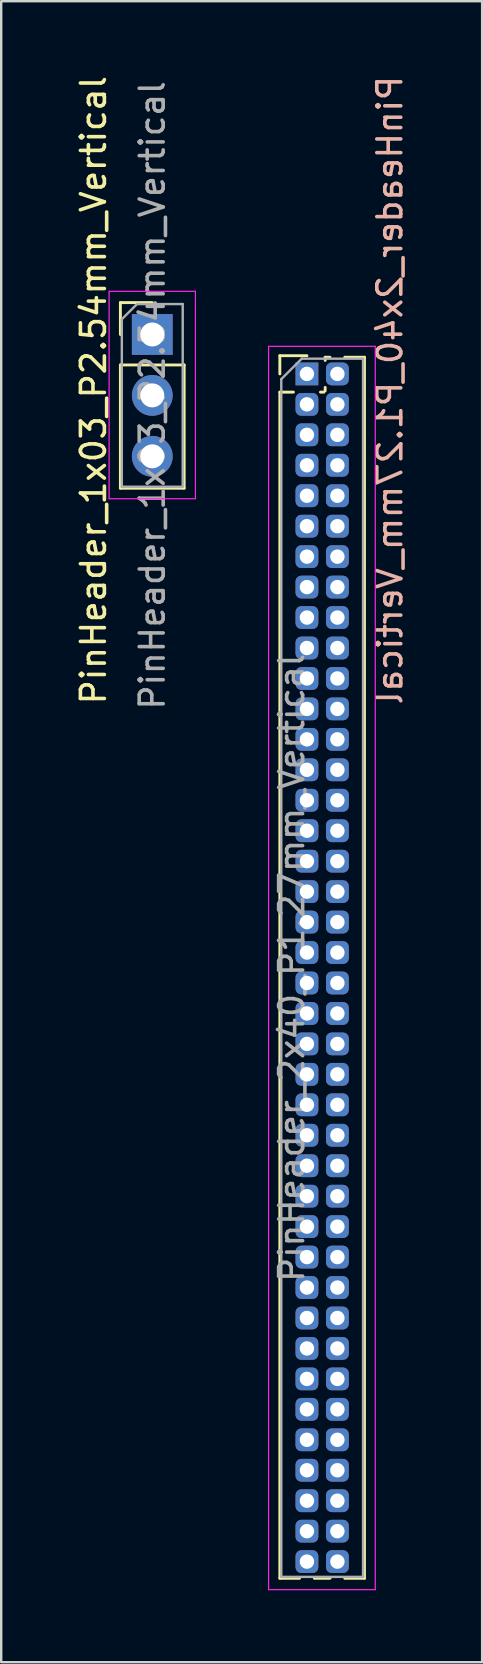
<source format=kicad_pcb>
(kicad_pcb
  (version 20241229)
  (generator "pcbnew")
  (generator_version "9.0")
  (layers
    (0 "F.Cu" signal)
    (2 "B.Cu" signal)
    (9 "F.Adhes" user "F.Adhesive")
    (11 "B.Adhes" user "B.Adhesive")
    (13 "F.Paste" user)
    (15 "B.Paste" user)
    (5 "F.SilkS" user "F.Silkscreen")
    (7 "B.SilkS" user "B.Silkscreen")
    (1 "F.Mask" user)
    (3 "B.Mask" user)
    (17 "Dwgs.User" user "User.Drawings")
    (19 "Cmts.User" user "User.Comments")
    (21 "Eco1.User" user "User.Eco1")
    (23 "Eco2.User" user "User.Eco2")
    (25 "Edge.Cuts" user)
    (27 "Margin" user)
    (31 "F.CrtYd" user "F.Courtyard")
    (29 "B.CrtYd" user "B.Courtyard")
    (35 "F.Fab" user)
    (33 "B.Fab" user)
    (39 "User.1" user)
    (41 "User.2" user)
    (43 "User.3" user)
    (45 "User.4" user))
  (footprint "PinHeader_1x03_P2.54mm_Vertical"
    (layer "F.Cu")
    (at 3.3 10.899)
    (property "Reference" "PinHeader_1x03_P2.54mm_Vertical" (at -2.452 2.322 90) (layer "F.SilkS") (effects (font (size 1 1) (thickness 0.15))))
    (attr through_hole)
    (fp_line (start -1.33 -1.33) (end 0 -1.33) (stroke (width 0.12) (type solid)) (layer "F.SilkS"))
    (fp_line (start -1.33 0) (end -1.33 -1.33) (stroke (width 0.12) (type solid)) (layer "F.SilkS"))
    (fp_line (start -1.33 1.27) (end -1.33 6.41) (stroke (width 0.12) (type solid)) (layer "F.SilkS"))
    (fp_line (start -1.33 1.27) (end 1.33 1.27) (stroke (width 0.12) (type solid)) (layer "F.SilkS"))
    (fp_line (start -1.33 6.41) (end 1.33 6.41) (stroke (width 0.12) (type solid)) (layer "F.SilkS"))
    (fp_line (start 1.33 1.27) (end 1.33 6.41) (stroke (width 0.12) (type solid)) (layer "F.SilkS"))
    (fp_line (start -1.8 -1.8) (end -1.8 6.85) (stroke (width 0.05) (type solid)) (layer "F.CrtYd"))
    (fp_line (start -1.8 6.85) (end 1.8 6.85) (stroke (width 0.05) (type solid)) (layer "F.CrtYd"))
    (fp_line (start 1.8 -1.8) (end -1.8 -1.8) (stroke (width 0.05) (type solid)) (layer "F.CrtYd"))
    (fp_line (start 1.8 6.85) (end 1.8 -1.8) (stroke (width 0.05) (type solid)) (layer "F.CrtYd"))
    (fp_line (start -1.27 -0.635) (end -0.635 -1.27) (stroke (width 0.1) (type solid)) (layer "F.Fab"))
    (fp_line (start -1.27 6.35) (end -1.27 -0.635) (stroke (width 0.1) (type solid)) (layer "F.Fab"))
    (fp_line (start -0.635 -1.27) (end 1.27 -1.27) (stroke (width 0.1) (type solid)) (layer "F.Fab"))
    (fp_line (start 1.27 -1.27) (end 1.27 6.35) (stroke (width 0.1) (type solid)) (layer "F.Fab"))
    (fp_line (start 1.27 6.35) (end -1.27 6.35) (stroke (width 0.1) (type solid)) (layer "F.Fab"))
    (fp_text user "${REFERENCE}" (at 0 2.54 270) (layer "F.Fab") (effects (font (size 1 1) (thickness 0.15))))
    (pad "1" thru_hole rect (at 0 0) (size 1.7 1.7) (drill 1) (layers "*.Cu" "*.Mask"))
    (pad "2" thru_hole oval (at 0 2.54) (size 1.7 1.7) (drill 1) (layers "*.Cu" "*.Mask"))
    (pad "3" thru_hole oval (at 0 5.08) (size 1.7 1.7) (drill 1) (layers "*.Cu" "*.Mask")))
  (footprint "PinHeader_2x40_P1.27mm_Vertical"
    (layer "F.Cu")
    (at 9.75 12.543)
    (property "Reference" "PinHeader_2x40_P1.27mm_Vertical" (at 3.458 0.677 90) (layer "B.SilkS") (effects (font (size 1 1) (thickness 0.15)) (justify mirror)))
    (attr through_hole allow_soldermask_bridges)
    (fp_line (start -1.13 -0.76) (end 0 -0.76) (stroke (width 0.12) (type solid)) (layer "F.SilkS"))
    (fp_line (start -1.13 0) (end -1.13 -0.76) (stroke (width 0.12) (type solid)) (layer "F.SilkS"))
    (fp_line (start -1.13 0.76) (end -1.13 50.225) (stroke (width 0.12) (type solid)) (layer "F.SilkS"))
    (fp_line (start -1.13 0.76) (end -0.563 0.76) (stroke (width 0.12) (type solid)) (layer "F.SilkS"))
    (fp_line (start -1.13 50.225) (end -0.308 50.225) (stroke (width 0.12) (type solid)) (layer "F.SilkS"))
    (fp_line (start 0.308 50.225) (end 0.962 50.225) (stroke (width 0.12) (type solid)) (layer "F.SilkS"))
    (fp_line (start 0.563 0.76) (end 0.707 0.76) (stroke (width 0.12) (type solid)) (layer "F.SilkS"))
    (fp_line (start 0.76 -0.695) (end 0.962 -0.695) (stroke (width 0.12) (type solid)) (layer "F.SilkS"))
    (fp_line (start 0.76 -0.563) (end 0.76 -0.695) (stroke (width 0.12) (type solid)) (layer "F.SilkS"))
    (fp_line (start 0.76 0.707) (end 0.76 0.563) (stroke (width 0.12) (type solid)) (layer "F.SilkS"))
    (fp_line (start 1.578 -0.695) (end 2.4 -0.695) (stroke (width 0.12) (type solid)) (layer "F.SilkS"))
    (fp_line (start 1.578 50.225) (end 2.4 50.225) (stroke (width 0.12) (type solid)) (layer "F.SilkS"))
    (fp_line (start 2.4 -0.695) (end 2.4 50.225) (stroke (width 0.12) (type solid)) (layer "F.SilkS"))
    (fp_line (start -1.6 -1.15) (end -1.6 50.7) (stroke (width 0.05) (type solid)) (layer "F.CrtYd"))
    (fp_line (start -1.6 50.7) (end 2.85 50.7) (stroke (width 0.05) (type solid)) (layer "F.CrtYd"))
    (fp_line (start 2.85 -1.15) (end -1.6 -1.15) (stroke (width 0.05) (type solid)) (layer "F.CrtYd"))
    (fp_line (start 2.85 50.7) (end 2.85 -1.15) (stroke (width 0.05) (type solid)) (layer "F.CrtYd"))
    (fp_line (start -1.07 0.217) (end -0.217 -0.635) (stroke (width 0.1) (type solid)) (layer "F.Fab"))
    (fp_line (start -1.07 50.165) (end -1.07 0.217) (stroke (width 0.1) (type solid)) (layer "F.Fab"))
    (fp_line (start -0.217 -0.635) (end 2.34 -0.635) (stroke (width 0.1) (type solid)) (layer "F.Fab"))
    (fp_line (start 2.34 -0.635) (end 2.34 50.165) (stroke (width 0.1) (type solid)) (layer "F.Fab"))
    (fp_line (start 2.34 50.165) (end -1.07 50.165) (stroke (width 0.1) (type solid)) (layer "F.Fab"))
    (fp_text user "${REFERENCE}" (at -0.635 24.765 90) (layer "F.Fab") (effects (font (size 1 1) (thickness 0.15))))
    (pad "1" thru_hole rect (at 0 0 180) (size 0.95 0.95) (drill 0.6) (layers "*.Cu" "*.Mask"))
    (pad "2" thru_hole roundrect (at 1.27 0 180) (size 0.95 0.95) (drill 0.6) (layers "*.Cu" "*.Mask") (roundrect_rratio 0.25))
    (pad "3" thru_hole roundrect (at 0 1.27 180) (size 0.95 0.95) (drill 0.6) (layers "*.Cu" "*.Mask") (roundrect_rratio 0.25))
    (pad "4" thru_hole roundrect (at 1.27 1.27 180) (size 0.95 0.95) (drill 0.6) (layers "*.Cu" "*.Mask") (roundrect_rratio 0.25))
    (pad "5" thru_hole roundrect (at 0 2.54 180) (size 0.95 0.95) (drill 0.6) (layers "*.Cu" "*.Mask") (roundrect_rratio 0.25))
    (pad "6" thru_hole roundrect (at 1.27 2.54 180) (size 0.95 0.95) (drill 0.6) (layers "*.Cu" "*.Mask") (roundrect_rratio 0.25))
    (pad "7" thru_hole roundrect (at 0 3.81 180) (size 0.95 0.95) (drill 0.6) (layers "*.Cu" "*.Mask") (roundrect_rratio 0.25))
    (pad "8" thru_hole roundrect (at 1.27 3.81 180) (size 0.95 0.95) (drill 0.6) (layers "*.Cu" "*.Mask") (roundrect_rratio 0.25))
    (pad "9" thru_hole roundrect (at 0 5.08 180) (size 0.95 0.95) (drill 0.6) (layers "*.Cu" "*.Mask") (roundrect_rratio 0.25))
    (pad "10" thru_hole roundrect (at 1.27 5.08 180) (size 0.95 0.95) (drill 0.6) (layers "*.Cu" "*.Mask") (roundrect_rratio 0.25))
    (pad "11" thru_hole roundrect (at 0 6.35 180) (size 0.95 0.95) (drill 0.6) (layers "*.Cu" "*.Mask") (roundrect_rratio 0.25))
    (pad "12" thru_hole roundrect (at 1.27 6.35 180) (size 0.95 0.95) (drill 0.6) (layers "*.Cu" "*.Mask") (roundrect_rratio 0.25))
    (pad "13" thru_hole roundrect (at 0 7.62 180) (size 0.95 0.95) (drill 0.6) (layers "*.Cu" "*.Mask") (roundrect_rratio 0.25))
    (pad "14" thru_hole roundrect (at 1.27 7.62 180) (size 0.95 0.95) (drill 0.6) (layers "*.Cu" "*.Mask") (roundrect_rratio 0.25))
    (pad "15" thru_hole roundrect (at 0 8.89 180) (size 0.95 0.95) (drill 0.6) (layers "*.Cu" "*.Mask") (roundrect_rratio 0.25))
    (pad "16" thru_hole roundrect (at 1.27 8.89 180) (size 0.95 0.95) (drill 0.6) (layers "*.Cu" "*.Mask") (roundrect_rratio 0.25))
    (pad "17" thru_hole roundrect (at 0 10.16 180) (size 0.95 0.95) (drill 0.6) (layers "*.Cu" "*.Mask") (roundrect_rratio 0.25))
    (pad "18" thru_hole roundrect (at 1.27 10.16 180) (size 0.95 0.95) (drill 0.6) (layers "*.Cu" "*.Mask") (roundrect_rratio 0.25))
    (pad "19" thru_hole roundrect (at 0 11.43 180) (size 0.95 0.95) (drill 0.6) (layers "*.Cu" "*.Mask") (roundrect_rratio 0.25))
    (pad "20" thru_hole roundrect (at 1.27 11.43 180) (size 0.95 0.95) (drill 0.6) (layers "*.Cu" "*.Mask") (roundrect_rratio 0.25))
    (pad "21" thru_hole roundrect (at 0 12.7 180) (size 0.95 0.95) (drill 0.6) (layers "*.Cu" "*.Mask") (roundrect_rratio 0.25))
    (pad "22" thru_hole roundrect (at 1.27 12.7 180) (size 0.95 0.95) (drill 0.6) (layers "*.Cu" "*.Mask") (roundrect_rratio 0.25))
    (pad "23" thru_hole roundrect (at 0 13.97 180) (size 0.95 0.95) (drill 0.6) (layers "*.Cu" "*.Mask") (roundrect_rratio 0.25))
    (pad "24" thru_hole roundrect (at 1.27 13.97 180) (size 0.95 0.95) (drill 0.6) (layers "*.Cu" "*.Mask") (roundrect_rratio 0.25))
    (pad "25" thru_hole roundrect (at 0 15.24 180) (size 0.95 0.95) (drill 0.6) (layers "*.Cu" "*.Mask") (roundrect_rratio 0.25))
    (pad "26" thru_hole roundrect (at 1.27 15.24 180) (size 0.95 0.95) (drill 0.6) (layers "*.Cu" "*.Mask") (roundrect_rratio 0.25))
    (pad "27" thru_hole roundrect (at 0 16.51 180) (size 0.95 0.95) (drill 0.6) (layers "*.Cu" "*.Mask") (roundrect_rratio 0.25))
    (pad "28" thru_hole roundrect (at 1.27 16.51 180) (size 0.95 0.95) (drill 0.6) (layers "*.Cu" "*.Mask") (roundrect_rratio 0.25))
    (pad "29" thru_hole roundrect (at 0 17.78 180) (size 0.95 0.95) (drill 0.6) (layers "*.Cu" "*.Mask") (roundrect_rratio 0.25))
    (pad "30" thru_hole roundrect (at 1.27 17.78 180) (size 0.95 0.95) (drill 0.6) (layers "*.Cu" "*.Mask") (roundrect_rratio 0.25))
    (pad "31" thru_hole roundrect (at 0 19.05 180) (size 0.95 0.95) (drill 0.6) (layers "*.Cu" "*.Mask") (roundrect_rratio 0.25))
    (pad "32" thru_hole roundrect (at 1.27 19.05 180) (size 0.95 0.95) (drill 0.6) (layers "*.Cu" "*.Mask") (roundrect_rratio 0.25))
    (pad "33" thru_hole roundrect (at 0 20.32 180) (size 0.95 0.95) (drill 0.6) (layers "*.Cu" "*.Mask") (roundrect_rratio 0.25))
    (pad "34" thru_hole roundrect (at 1.27 20.32 180) (size 0.95 0.95) (drill 0.6) (layers "*.Cu" "*.Mask") (roundrect_rratio 0.25))
    (pad "35" thru_hole roundrect (at 0 21.59 180) (size 0.95 0.95) (drill 0.6) (layers "*.Cu" "*.Mask") (roundrect_rratio 0.25))
    (pad "36" thru_hole roundrect (at 1.27 21.59 180) (size 0.95 0.95) (drill 0.6) (layers "*.Cu" "*.Mask") (roundrect_rratio 0.25))
    (pad "37" thru_hole roundrect (at 0 22.86 180) (size 0.95 0.95) (drill 0.6) (layers "*.Cu" "*.Mask") (roundrect_rratio 0.25))
    (pad "38" thru_hole roundrect (at 1.27 22.86 180) (size 0.95 0.95) (drill 0.6) (layers "*.Cu" "*.Mask") (roundrect_rratio 0.25))
    (pad "39" thru_hole roundrect (at 0 24.13 180) (size 0.95 0.95) (drill 0.6) (layers "*.Cu" "*.Mask") (roundrect_rratio 0.25))
    (pad "40" thru_hole roundrect (at 1.27 24.13 180) (size 0.95 0.95) (drill 0.6) (layers "*.Cu" "*.Mask") (roundrect_rratio 0.25))
    (pad "41" thru_hole roundrect (at 0 25.4 180) (size 0.95 0.95) (drill 0.6) (layers "*.Cu" "*.Mask") (roundrect_rratio 0.25))
    (pad "42" thru_hole roundrect (at 1.27 25.4 180) (size 0.95 0.95) (drill 0.6) (layers "*.Cu" "*.Mask") (roundrect_rratio 0.25))
    (pad "43" thru_hole roundrect (at 0 26.67 180) (size 0.95 0.95) (drill 0.6) (layers "*.Cu" "*.Mask") (roundrect_rratio 0.25))
    (pad "44" thru_hole roundrect (at 1.27 26.67 180) (size 0.95 0.95) (drill 0.6) (layers "*.Cu" "*.Mask") (roundrect_rratio 0.25))
    (pad "45" thru_hole roundrect (at 0 27.94 180) (size 0.95 0.95) (drill 0.6) (layers "*.Cu" "*.Mask") (roundrect_rratio 0.25))
    (pad "46" thru_hole roundrect (at 1.27 27.94 180) (size 0.95 0.95) (drill 0.6) (layers "*.Cu" "*.Mask") (roundrect_rratio 0.25))
    (pad "47" thru_hole roundrect (at 0 29.21 180) (size 0.95 0.95) (drill 0.6) (layers "*.Cu" "*.Mask") (roundrect_rratio 0.25))
    (pad "48" thru_hole roundrect (at 1.27 29.21 180) (size 0.95 0.95) (drill 0.6) (layers "*.Cu" "*.Mask") (roundrect_rratio 0.25))
    (pad "49" thru_hole roundrect (at 0 30.48 180) (size 0.95 0.95) (drill 0.6) (layers "*.Cu" "*.Mask") (roundrect_rratio 0.25))
    (pad "50" thru_hole roundrect (at 1.27 30.48 180) (size 0.95 0.95) (drill 0.6) (layers "*.Cu" "*.Mask") (roundrect_rratio 0.25))
    (pad "51" thru_hole roundrect (at 0 31.75 180) (size 0.95 0.95) (drill 0.6) (layers "*.Cu" "*.Mask") (roundrect_rratio 0.25))
    (pad "52" thru_hole roundrect (at 1.27 31.75 180) (size 0.95 0.95) (drill 0.6) (layers "*.Cu" "*.Mask") (roundrect_rratio 0.25))
    (pad "53" thru_hole roundrect (at 0 33.02 180) (size 0.95 0.95) (drill 0.6) (layers "*.Cu" "*.Mask") (roundrect_rratio 0.25))
    (pad "54" thru_hole roundrect (at 1.27 33.02 180) (size 0.95 0.95) (drill 0.6) (layers "*.Cu" "*.Mask") (roundrect_rratio 0.25))
    (pad "55" thru_hole roundrect (at 0 34.29 180) (size 0.95 0.95) (drill 0.6) (layers "*.Cu" "*.Mask") (roundrect_rratio 0.25))
    (pad "56" thru_hole roundrect (at 1.27 34.29 180) (size 0.95 0.95) (drill 0.6) (layers "*.Cu" "*.Mask") (roundrect_rratio 0.25))
    (pad "57" thru_hole roundrect (at 0 35.56 180) (size 0.95 0.95) (drill 0.6) (layers "*.Cu" "*.Mask") (roundrect_rratio 0.25))
    (pad "58" thru_hole roundrect (at 1.27 35.56 180) (size 0.95 0.95) (drill 0.6) (layers "*.Cu" "*.Mask") (roundrect_rratio 0.25))
    (pad "59" thru_hole roundrect (at 0 36.83 180) (size 0.95 0.95) (drill 0.6) (layers "*.Cu" "*.Mask") (roundrect_rratio 0.25))
    (pad "60" thru_hole roundrect (at 1.27 36.83 180) (size 0.95 0.95) (drill 0.6) (layers "*.Cu" "*.Mask") (roundrect_rratio 0.25))
    (pad "61" thru_hole roundrect (at 0 38.1 180) (size 0.95 0.95) (drill 0.6) (layers "*.Cu" "*.Mask") (roundrect_rratio 0.25))
    (pad "62" thru_hole roundrect (at 1.27 38.1 180) (size 0.95 0.95) (drill 0.6) (layers "*.Cu" "*.Mask") (roundrect_rratio 0.25))
    (pad "63" thru_hole roundrect (at 0 39.37 180) (size 0.95 0.95) (drill 0.6) (layers "*.Cu" "*.Mask") (roundrect_rratio 0.25))
    (pad "64" thru_hole roundrect (at 1.27 39.37 180) (size 0.95 0.95) (drill 0.6) (layers "*.Cu" "*.Mask") (roundrect_rratio 0.25))
    (pad "65" thru_hole roundrect (at 0 40.64 180) (size 0.95 0.95) (drill 0.6) (layers "*.Cu" "*.Mask") (roundrect_rratio 0.25))
    (pad "66" thru_hole roundrect (at 1.27 40.64 180) (size 0.95 0.95) (drill 0.6) (layers "*.Cu" "*.Mask") (roundrect_rratio 0.25))
    (pad "67" thru_hole roundrect (at 0 41.91 180) (size 0.95 0.95) (drill 0.6) (layers "*.Cu" "*.Mask") (roundrect_rratio 0.25))
    (pad "68" thru_hole roundrect (at 1.27 41.91 180) (size 0.95 0.95) (drill 0.6) (layers "*.Cu" "*.Mask") (roundrect_rratio 0.25))
    (pad "69" thru_hole roundrect (at 0 43.18 180) (size 0.95 0.95) (drill 0.6) (layers "*.Cu" "*.Mask") (roundrect_rratio 0.25))
    (pad "70" thru_hole roundrect (at 1.27 43.18 180) (size 0.95 0.95) (drill 0.6) (layers "*.Cu" "*.Mask") (roundrect_rratio 0.25))
    (pad "71" thru_hole roundrect (at 0 44.45 180) (size 0.95 0.95) (drill 0.6) (layers "*.Cu" "*.Mask") (roundrect_rratio 0.25))
    (pad "72" thru_hole roundrect (at 1.27 44.45 180) (size 0.95 0.95) (drill 0.6) (layers "*.Cu" "*.Mask") (roundrect_rratio 0.25))
    (pad "73" thru_hole roundrect (at 0 45.72 180) (size 0.95 0.95) (drill 0.6) (layers "*.Cu" "*.Mask") (roundrect_rratio 0.25))
    (pad "74" thru_hole roundrect (at 1.27 45.72 180) (size 0.95 0.95) (drill 0.6) (layers "*.Cu" "*.Mask") (roundrect_rratio 0.25))
    (pad "75" thru_hole roundrect (at 0 46.99 180) (size 0.95 0.95) (drill 0.6) (layers "*.Cu" "*.Mask") (roundrect_rratio 0.25))
    (pad "76" thru_hole roundrect (at 1.27 46.99 180) (size 0.95 0.95) (drill 0.6) (layers "*.Cu" "*.Mask") (roundrect_rratio 0.25))
    (pad "77" thru_hole roundrect (at 0 48.26 180) (size 0.95 0.95) (drill 0.6) (layers "*.Cu" "*.Mask") (roundrect_rratio 0.25))
    (pad "78" thru_hole roundrect (at 1.27 48.26 180) (size 0.95 0.95) (drill 0.6) (layers "*.Cu" "*.Mask") (roundrect_rratio 0.25))
    (pad "79" thru_hole roundrect (at 0 49.53 180) (size 0.95 0.95) (drill 0.6) (layers "*.Cu" "*.Mask") (roundrect_rratio 0.25))
    (pad "80" thru_hole roundrect (at 1.27 49.53 180) (size 0.95 0.95) (drill 0.6) (layers "*.Cu" "*.Mask") (roundrect_rratio 0.25)))
  (gr_rect
    (start -3 -3)
    (end 17.056 66.268)
    (stroke (width 0.1) (type default))
    (fill no)
    (layer "Edge.Cuts")))
</source>
